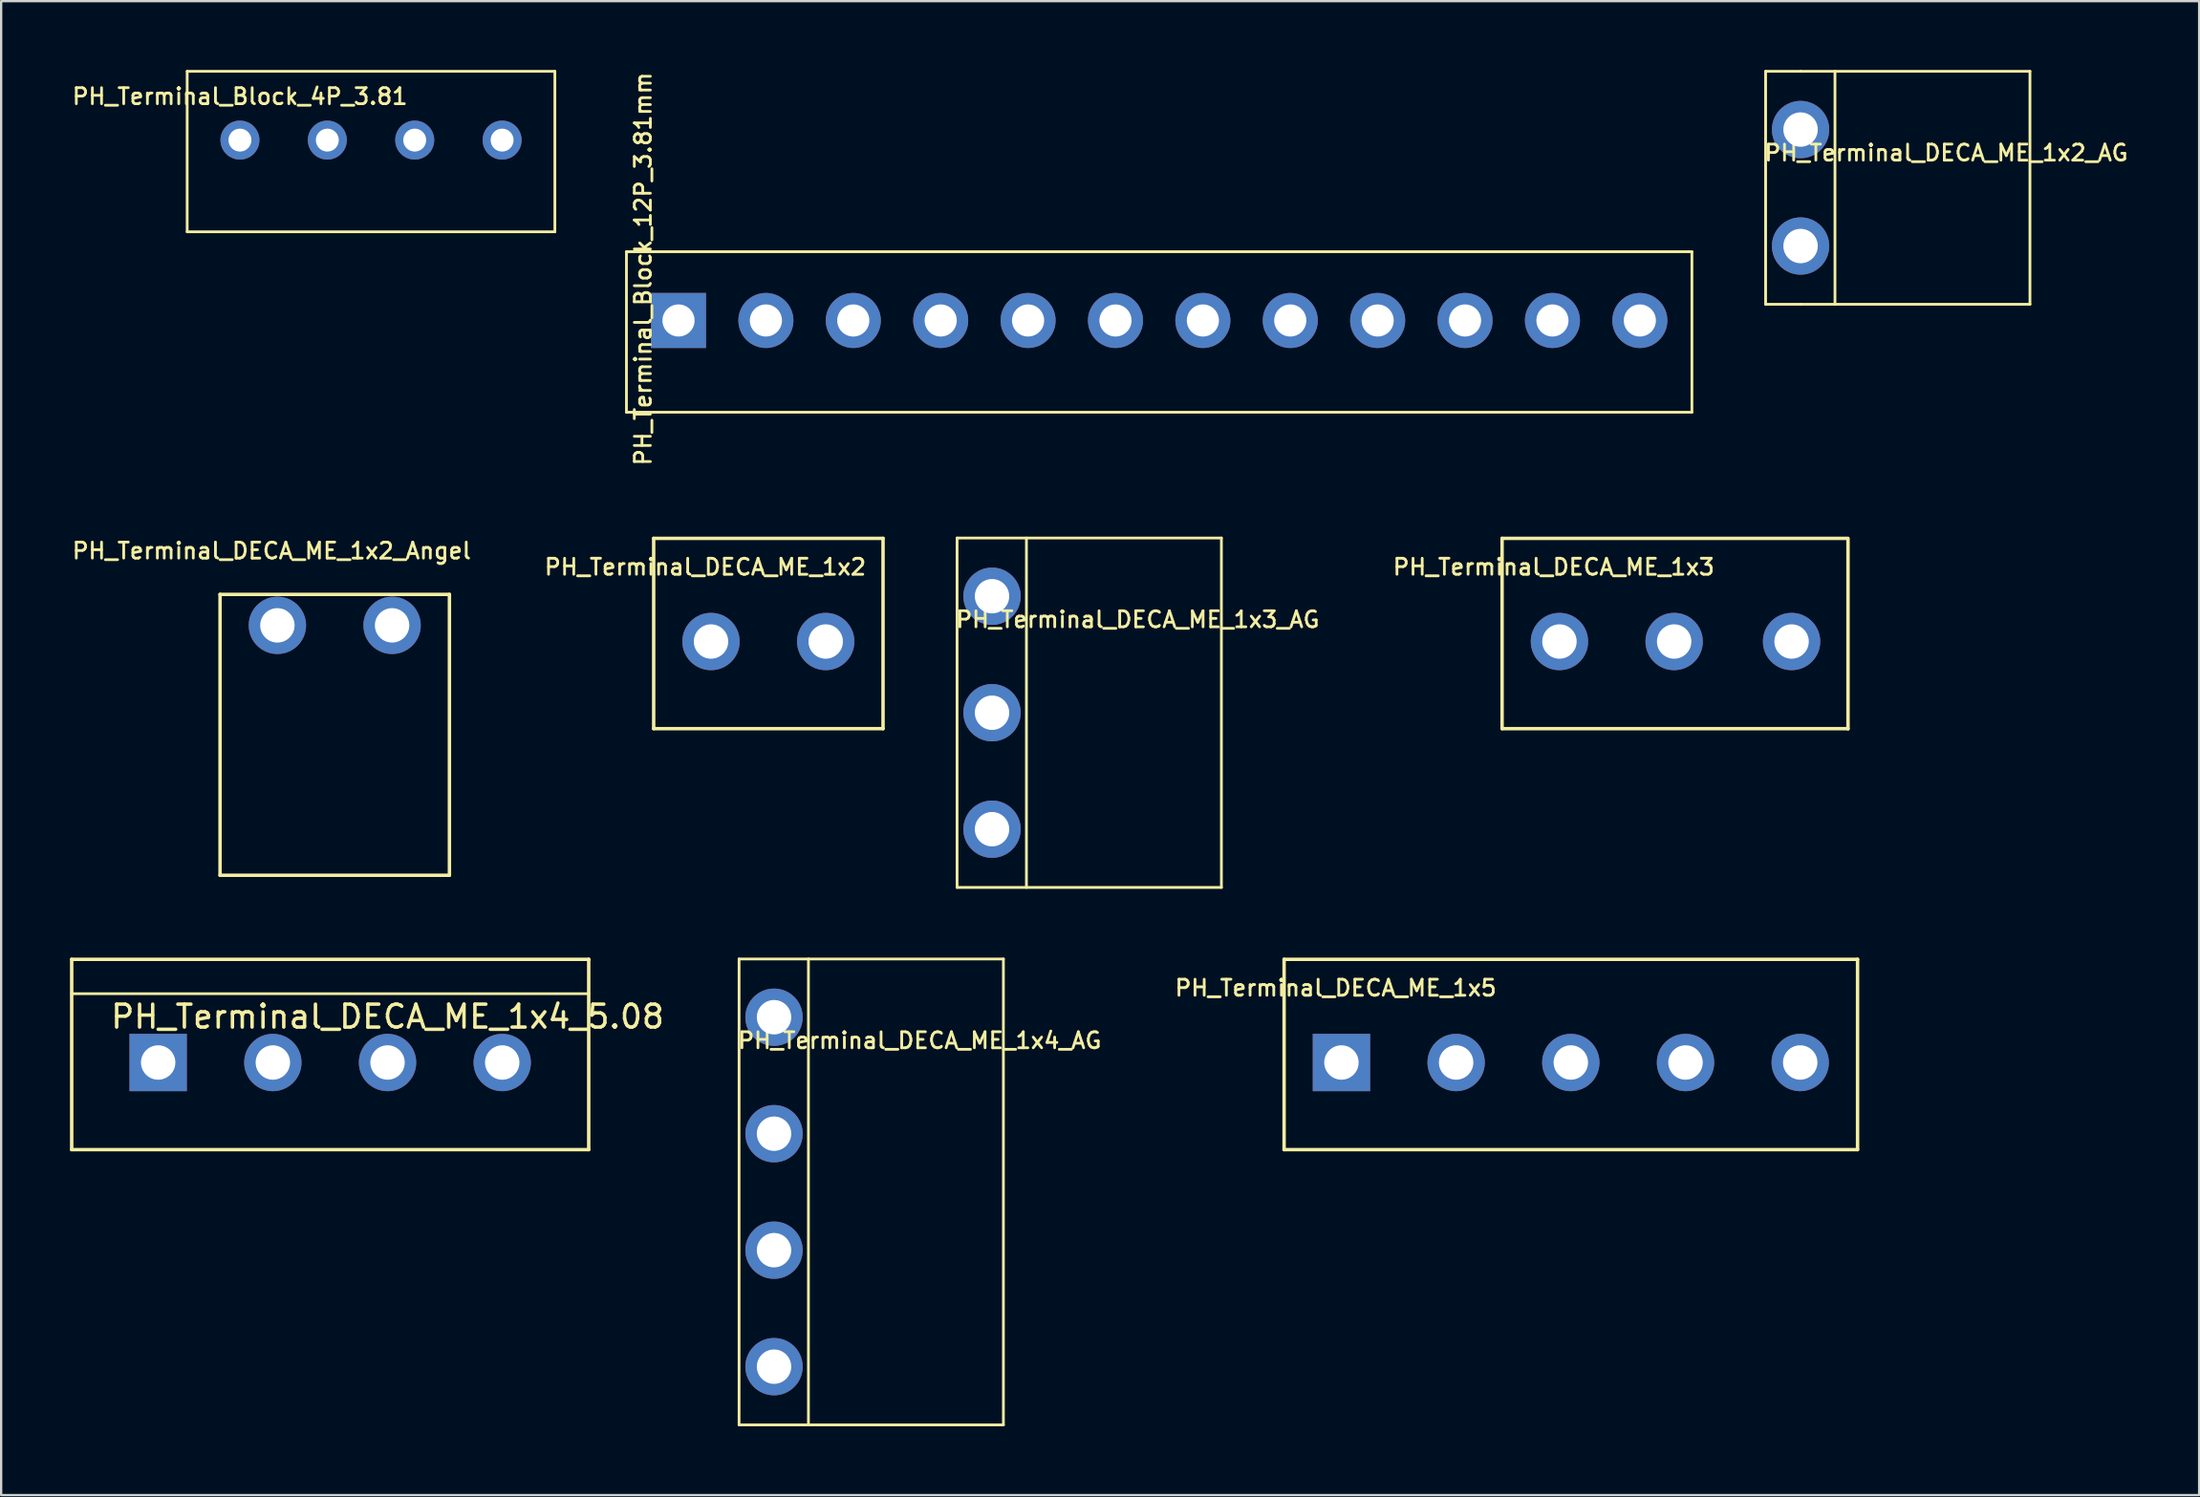
<source format=kicad_pcb>
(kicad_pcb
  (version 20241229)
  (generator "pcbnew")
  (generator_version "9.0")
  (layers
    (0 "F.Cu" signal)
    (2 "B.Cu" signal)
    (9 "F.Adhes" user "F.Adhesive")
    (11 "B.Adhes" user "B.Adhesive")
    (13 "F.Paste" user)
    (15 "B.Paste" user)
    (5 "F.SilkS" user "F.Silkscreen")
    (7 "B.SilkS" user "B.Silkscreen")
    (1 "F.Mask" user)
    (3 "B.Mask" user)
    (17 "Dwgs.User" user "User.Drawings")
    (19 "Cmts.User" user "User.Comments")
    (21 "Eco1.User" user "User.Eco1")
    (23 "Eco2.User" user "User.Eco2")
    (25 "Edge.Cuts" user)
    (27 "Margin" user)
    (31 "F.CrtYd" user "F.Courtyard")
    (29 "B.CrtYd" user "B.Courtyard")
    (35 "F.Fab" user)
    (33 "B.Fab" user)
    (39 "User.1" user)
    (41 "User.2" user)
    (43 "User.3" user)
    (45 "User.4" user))
  (footprint "PH_Terminal_Block_4P_3.81"
    (layer "F.Cu")
    (at 13.125 3.06)
    (property "Reference" "PH_Terminal_Block_4P_3.81" (at -5.715 -1.905 0) (layer "F.SilkS") (effects (font (size 0.7 0.7) (thickness 0.12))))
    (attr through_hole)
    (fp_line (start -8.015 -3) (end -8.015 4) (stroke (width 0.12) (type solid)) (layer "F.SilkS"))
    (fp_line (start -8.015 -3) (end 8.015 -3) (stroke (width 0.12) (type solid)) (layer "F.SilkS"))
    (fp_line (start -8.015 4) (end 8.015 4) (stroke (width 0.12) (type solid)) (layer "F.SilkS"))
    (fp_line (start 8.015 -3) (end 8.015 4) (stroke (width 0.12) (type solid)) (layer "F.SilkS"))
    (pad "1" thru_hole circle (at -5.715 0) (size 1.7 1.7) (drill 1) (layers "*.Cu" "*.Mask"))
    (pad "2" thru_hole circle (at -1.905 0) (size 1.7 1.7) (drill 1) (layers "*.Cu" "*.Mask"))
    (pad "3" thru_hole circle (at 1.905 0) (size 1.7 1.7) (drill 1) (layers "*.Cu" "*.Mask"))
    (pad "4" thru_hole circle (at 5.715 0) (size 1.7 1.7) (drill 1) (layers "*.Cu" "*.Mask")))
  (footprint "PH_Terminal_DECA_ME_1x2_AG"
    (layer "F.Cu")
    (at 75.447 5.14)
    (property "Reference" "PH_Terminal_DECA_ME_1x2_AG" (at 6.35 -1.524 0) (layer "F.SilkS") (effects (font (size 0.7 0.7) (thickness 0.12))))
    (attr through_hole)
    (fp_line (start -1.524 -5.08) (end -1.524 5.08) (stroke (width 0.12) (type solid)) (layer "F.SilkS"))
    (fp_line (start -1.524 5.08) (end 0 5.08) (stroke (width 0.12) (type solid)) (layer "F.SilkS"))
    (fp_line (start 0 -5.08) (end -1.524 -5.08) (stroke (width 0.12) (type solid)) (layer "F.SilkS"))
    (fp_line (start 0 -5.08) (end 10 -5.08) (stroke (width 0.12) (type solid)) (layer "F.SilkS"))
    (fp_line (start 0 5.08) (end 10 5.08) (stroke (width 0.12) (type solid)) (layer "F.SilkS"))
    (fp_line (start 1.5 5.08) (end 1.5 -5.08) (stroke (width 0.12) (type solid)) (layer "F.SilkS"))
    (fp_line (start 10 -5.08) (end 10 5.08) (stroke (width 0.12) (type solid)) (layer "F.SilkS"))
    (pad "1" thru_hole circle (at 0 -2.54) (size 2.5 2.5) (drill 1.5) (layers "*.Cu" "*.Mask"))
    (pad "2" thru_hole circle (at 0 2.54) (size 2.5 2.5) (drill 1.5) (layers "*.Cu" "*.Mask")))
  (footprint "PH_Terminal_DECA_ME_1x3"
    (layer "F.Cu")
    (at 69.975 24.928)
    (property "Reference" "PH_Terminal_DECA_ME_1x3" (at -5.29 -3.25 0) (layer "F.SilkS") (effects (font (size 0.7 0.7) (thickness 0.12))))
    (attr through_hole)
    (fp_line (start -7.54 -4.5) (end 7.54 -4.5) (stroke (width 0.15) (type solid)) (layer "F.SilkS"))
    (fp_line (start -7.54 3.8) (end -7.54 -4.5) (stroke (width 0.15) (type solid)) (layer "F.SilkS"))
    (fp_line (start -7.54 3.8) (end 7.54 3.8) (stroke (width 0.15) (type solid)) (layer "F.SilkS"))
    (fp_line (start 7.54 -4.445) (end 7.54 3.81) (stroke (width 0.15) (type solid)) (layer "F.SilkS"))
    (pad "1" thru_hole circle (at -5.04 0) (size 2.5 2.5) (drill 1.5) (layers "*.Cu" "*.Mask"))
    (pad "2" thru_hole circle (at -0.04 0) (size 2.5 2.5) (drill 1.5) (layers "*.Cu" "*.Mask"))
    (pad "3" thru_hole circle (at 5.08 0) (size 2.5 2.5) (drill 1.5) (layers "*.Cu" "*.Mask")))
  (footprint "PH_Terminal_DECA_ME_1x4_5.08"
    (layer "F.Cu")
    (at 11.345 43.288)
    (property "Reference" "PH_Terminal_DECA_ME_1x4_5.08" (at 2.5 -2 0) (layer "F.SilkS") (effects (font (size 1 1) (thickness 0.15))))
    (attr through_hole)
    (fp_line (start -11.27 -4.5) (end 11.27 -4.5) (stroke (width 0.15) (type solid)) (layer "F.SilkS"))
    (fp_line (start -11.27 -3) (end 11.27 -3) (stroke (width 0.12) (type solid)) (layer "F.SilkS"))
    (fp_line (start -11.27 3.8) (end -11.27 -4.5) (stroke (width 0.15) (type solid)) (layer "F.SilkS"))
    (fp_line (start -11.27 3.8) (end 11.27 3.8) (stroke (width 0.15) (type solid)) (layer "F.SilkS"))
    (fp_line (start 11.27 -4.5) (end 11.27 3.8) (stroke (width 0.15) (type solid)) (layer "F.SilkS"))
    (pad "1" thru_hole rect (at -7.5 0) (size 2.5 2.5) (drill 1.5) (layers "*.Cu" "*.Mask"))
    (pad "2" thru_hole circle (at -2.5 0) (size 2.5 2.5) (drill 1.5) (layers "*.Cu" "*.Mask"))
    (pad "3" thru_hole circle (at 2.5 0) (size 2.5 2.5) (drill 1.5) (layers "*.Cu" "*.Mask"))
    (pad "4" thru_hole circle (at 7.5 0) (size 2.5 2.5) (drill 1.5) (layers "*.Cu" "*.Mask")))
  (footprint "PH_Terminal_DECA_ME_1x4_AG"
    (layer "F.Cu")
    (at 30.694 48.933)
    (property "Reference" "PH_Terminal_DECA_ME_1x4_AG" (at 6.35 -6.604 0) (layer "F.SilkS") (effects (font (size 0.7 0.7) (thickness 0.12))))
    (attr through_hole)
    (fp_line (start -1.524 -10.16) (end -1.524 10.16) (stroke (width 0.12) (type solid)) (layer "F.SilkS"))
    (fp_line (start -1.524 -10.16) (end 10 -10.16) (stroke (width 0.12) (type solid)) (layer "F.SilkS"))
    (fp_line (start -1.524 10.16) (end 10 10.16) (stroke (width 0.12) (type solid)) (layer "F.SilkS"))
    (fp_line (start 1.5 10.16) (end 1.5 -10.16) (stroke (width 0.12) (type solid)) (layer "F.SilkS"))
    (fp_line (start 10 -10.16) (end 10 10.16) (stroke (width 0.12) (type solid)) (layer "F.SilkS"))
    (pad "1" thru_hole circle (at 0 -7.62) (size 2.5 2.5) (drill 1.5) (layers "*.Cu" "*.Mask"))
    (pad "2" thru_hole circle (at 0 -2.54) (size 2.5 2.5) (drill 1.5) (layers "*.Cu" "*.Mask"))
    (pad "3" thru_hole circle (at 0 2.54) (size 2.5 2.5) (drill 1.5) (layers "*.Cu" "*.Mask"))
    (pad "4" thru_hole circle (at 0 7.62) (size 2.5 2.5) (drill 1.5) (layers "*.Cu" "*.Mask")))
  (footprint "PH_Terminal_Block_12P_3.81mm"
    (layer "F.Cu")
    (at 47.485 10.927)
    (property "Reference" "PH_Terminal_Block_12P_3.81mm" (at -22.5 -2.25 90) (layer "F.SilkS") (effects (font (size 0.7 0.7) (thickness 0.12))))
    (attr through_hole)
    (fp_line (start -23.225 -3) (end -23.225 4) (stroke (width 0.12) (type solid)) (layer "F.SilkS"))
    (fp_line (start -23.225 -3) (end 23.225 -3) (stroke (width 0.12) (type solid)) (layer "F.SilkS"))
    (fp_line (start -23.225 4) (end 23.225 4) (stroke (width 0.12) (type solid)) (layer "F.SilkS"))
    (fp_line (start 23.225 -3) (end 23.225 4) (stroke (width 0.12) (type solid)) (layer "F.SilkS"))
    (pad "1" thru_hole rect (at -20.955 0) (size 2.4 2.4) (drill 1.4) (layers "*.Cu" "*.Mask"))
    (pad "2" thru_hole circle (at -17.145 0) (size 2.4 2.4) (drill 1.4) (layers "*.Cu" "*.Mask"))
    (pad "3" thru_hole circle (at -13.335 0) (size 2.4 2.4) (drill 1.4) (layers "*.Cu" "*.Mask"))
    (pad "4" thru_hole circle (at -9.525 0) (size 2.4 2.4) (drill 1.4) (layers "*.Cu" "*.Mask"))
    (pad "5" thru_hole circle (at -5.715 0) (size 2.4 2.4) (drill 1.4) (layers "*.Cu" "*.Mask"))
    (pad "6" thru_hole circle (at -1.905 0) (size 2.4 2.4) (drill 1.4) (layers "*.Cu" "*.Mask"))
    (pad "7" thru_hole circle (at 1.905 0) (size 2.4 2.4) (drill 1.4) (layers "*.Cu" "*.Mask"))
    (pad "8" thru_hole circle (at 5.715 0) (size 2.4 2.4) (drill 1.4) (layers "*.Cu" "*.Mask"))
    (pad "9" thru_hole circle (at 9.525 0) (size 2.4 2.4) (drill 1.4) (layers "*.Cu" "*.Mask"))
    (pad "10" thru_hole circle (at 13.335 0) (size 2.4 2.4) (drill 1.4) (layers "*.Cu" "*.Mask"))
    (pad "11" thru_hole circle (at 17.145 0) (size 2.4 2.4) (drill 1.4) (layers "*.Cu" "*.Mask"))
    (pad "12" thru_hole circle (at 20.955 0) (size 2.4 2.4) (drill 1.4) (layers "*.Cu" "*.Mask")))
  (footprint "PH_Terminal_DECA_ME_1x2_Angel"
    (layer "F.Cu")
    (at 11.543 24.223)
    (property "Reference" "PH_Terminal_DECA_ME_1x2_Angel" (at -2.75 -3.25 0) (layer "F.SilkS") (effects (font (size 0.7 0.7) (thickness 0.12))))
    (attr through_hole)
    (fp_line (start -5 -1.35) (end 5 -1.35) (stroke (width 0.15) (type solid)) (layer "F.SilkS"))
    (fp_line (start -5 10.9) (end -5 -1.35) (stroke (width 0.15) (type solid)) (layer "F.SilkS"))
    (fp_line (start -5 10.9) (end 5 10.9) (stroke (width 0.15) (type solid)) (layer "F.SilkS"))
    (fp_line (start 5 -1.35) (end 5 10.9) (stroke (width 0.15) (type solid)) (layer "F.SilkS"))
    (pad "1" thru_hole circle (at -2.5 0) (size 2.5 2.5) (drill 1.5) (layers "*.Cu" "*.Mask"))
    (pad "2" thru_hole circle (at 2.5 0) (size 2.5 2.5) (drill 1.5) (layers "*.Cu" "*.Mask")))
  (footprint "PH_Terminal_DECA_ME_1x2"
    (layer "F.Cu")
    (at 30.447 24.928)
    (property "Reference" "PH_Terminal_DECA_ME_1x2" (at -2.75 -3.25 0) (layer "F.SilkS") (effects (font (size 0.7 0.7) (thickness 0.12))))
    (attr through_hole)
    (fp_line (start -5 -4.5) (end 5 -4.5) (stroke (width 0.15) (type solid)) (layer "F.SilkS"))
    (fp_line (start -5 3.8) (end -5 -4.5) (stroke (width 0.15) (type solid)) (layer "F.SilkS"))
    (fp_line (start -5 3.8) (end 5 3.8) (stroke (width 0.15) (type solid)) (layer "F.SilkS"))
    (fp_line (start 5 -4.5) (end 5 3.8) (stroke (width 0.15) (type solid)) (layer "F.SilkS"))
    (pad "1" thru_hole circle (at -2.5 0) (size 2.5 2.5) (drill 1.5) (layers "*.Cu" "*.Mask"))
    (pad "2" thru_hole circle (at 2.5 0) (size 2.5 2.5) (drill 1.5) (layers "*.Cu" "*.Mask")))
  (footprint "PH_Terminal_DECA_ME_1x5"
    (layer "F.Cu")
    (at 65.431 43.288)
    (property "Reference" "PH_Terminal_DECA_ME_1x5" (at -10.25 -3.25 0) (layer "F.SilkS") (effects (font (size 0.7 0.7) (thickness 0.12))))
    (attr through_hole)
    (fp_line (start -12.5 -4.5) (end 12.5 -4.5) (stroke (width 0.15) (type solid)) (layer "F.SilkS"))
    (fp_line (start -12.5 3.8) (end -12.5 -4.5) (stroke (width 0.15) (type solid)) (layer "F.SilkS"))
    (fp_line (start -12.5 3.8) (end 12.5 3.8) (stroke (width 0.15) (type solid)) (layer "F.SilkS"))
    (fp_line (start 12.5 -4.5) (end 12.5 3.8) (stroke (width 0.15) (type solid)) (layer "F.SilkS"))
    (pad "1" thru_hole rect (at -10 0) (size 2.5 2.5) (drill 1.5) (layers "*.Cu" "*.Mask"))
    (pad "2" thru_hole circle (at -5 0) (size 2.5 2.5) (drill 1.5) (layers "*.Cu" "*.Mask"))
    (pad "3" thru_hole circle (at 0 0) (size 2.5 2.5) (drill 1.5) (layers "*.Cu" "*.Mask"))
    (pad "4" thru_hole circle (at 5 0) (size 2.5 2.5) (drill 1.5) (layers "*.Cu" "*.Mask"))
    (pad "5" thru_hole circle (at 10 0) (size 2.5 2.5) (drill 1.5) (layers "*.Cu" "*.Mask")))
  (footprint "PH_Terminal_DECA_ME_1x3_AG"
    (layer "F.Cu")
    (at 40.198 28.033)
    (property "Reference" "PH_Terminal_DECA_ME_1x3_AG" (at 6.35 -4.064 0) (layer "F.SilkS") (effects (font (size 0.7 0.7) (thickness 0.12))))
    (attr through_hole)
    (fp_line (start -1.524 -7.62) (end -1.524 7.62) (stroke (width 0.12) (type solid)) (layer "F.SilkS"))
    (fp_line (start -1.524 -7.62) (end 10 -7.62) (stroke (width 0.12) (type solid)) (layer "F.SilkS"))
    (fp_line (start -1.524 7.62) (end 10 7.62) (stroke (width 0.12) (type solid)) (layer "F.SilkS"))
    (fp_line (start 1.5 7.62) (end 1.5 -7.62) (stroke (width 0.12) (type solid)) (layer "F.SilkS"))
    (fp_line (start 10 -7.62) (end 10 7.62) (stroke (width 0.12) (type solid)) (layer "F.SilkS"))
    (pad "1" thru_hole circle (at 0 -5.08) (size 2.5 2.5) (drill 1.5) (layers "*.Cu" "*.Mask"))
    (pad "2" thru_hole circle (at 0 0) (size 2.5 2.5) (drill 1.5) (layers "*.Cu" "*.Mask"))
    (pad "3" thru_hole circle (at 0 5.08) (size 2.5 2.5) (drill 1.5) (layers "*.Cu" "*.Mask")))
  (gr_rect
    (start -3 -3)
    (end 92.823 62.153)
    (stroke (width 0.1) (type default))
    (fill no)
    (layer "Edge.Cuts")))
</source>
